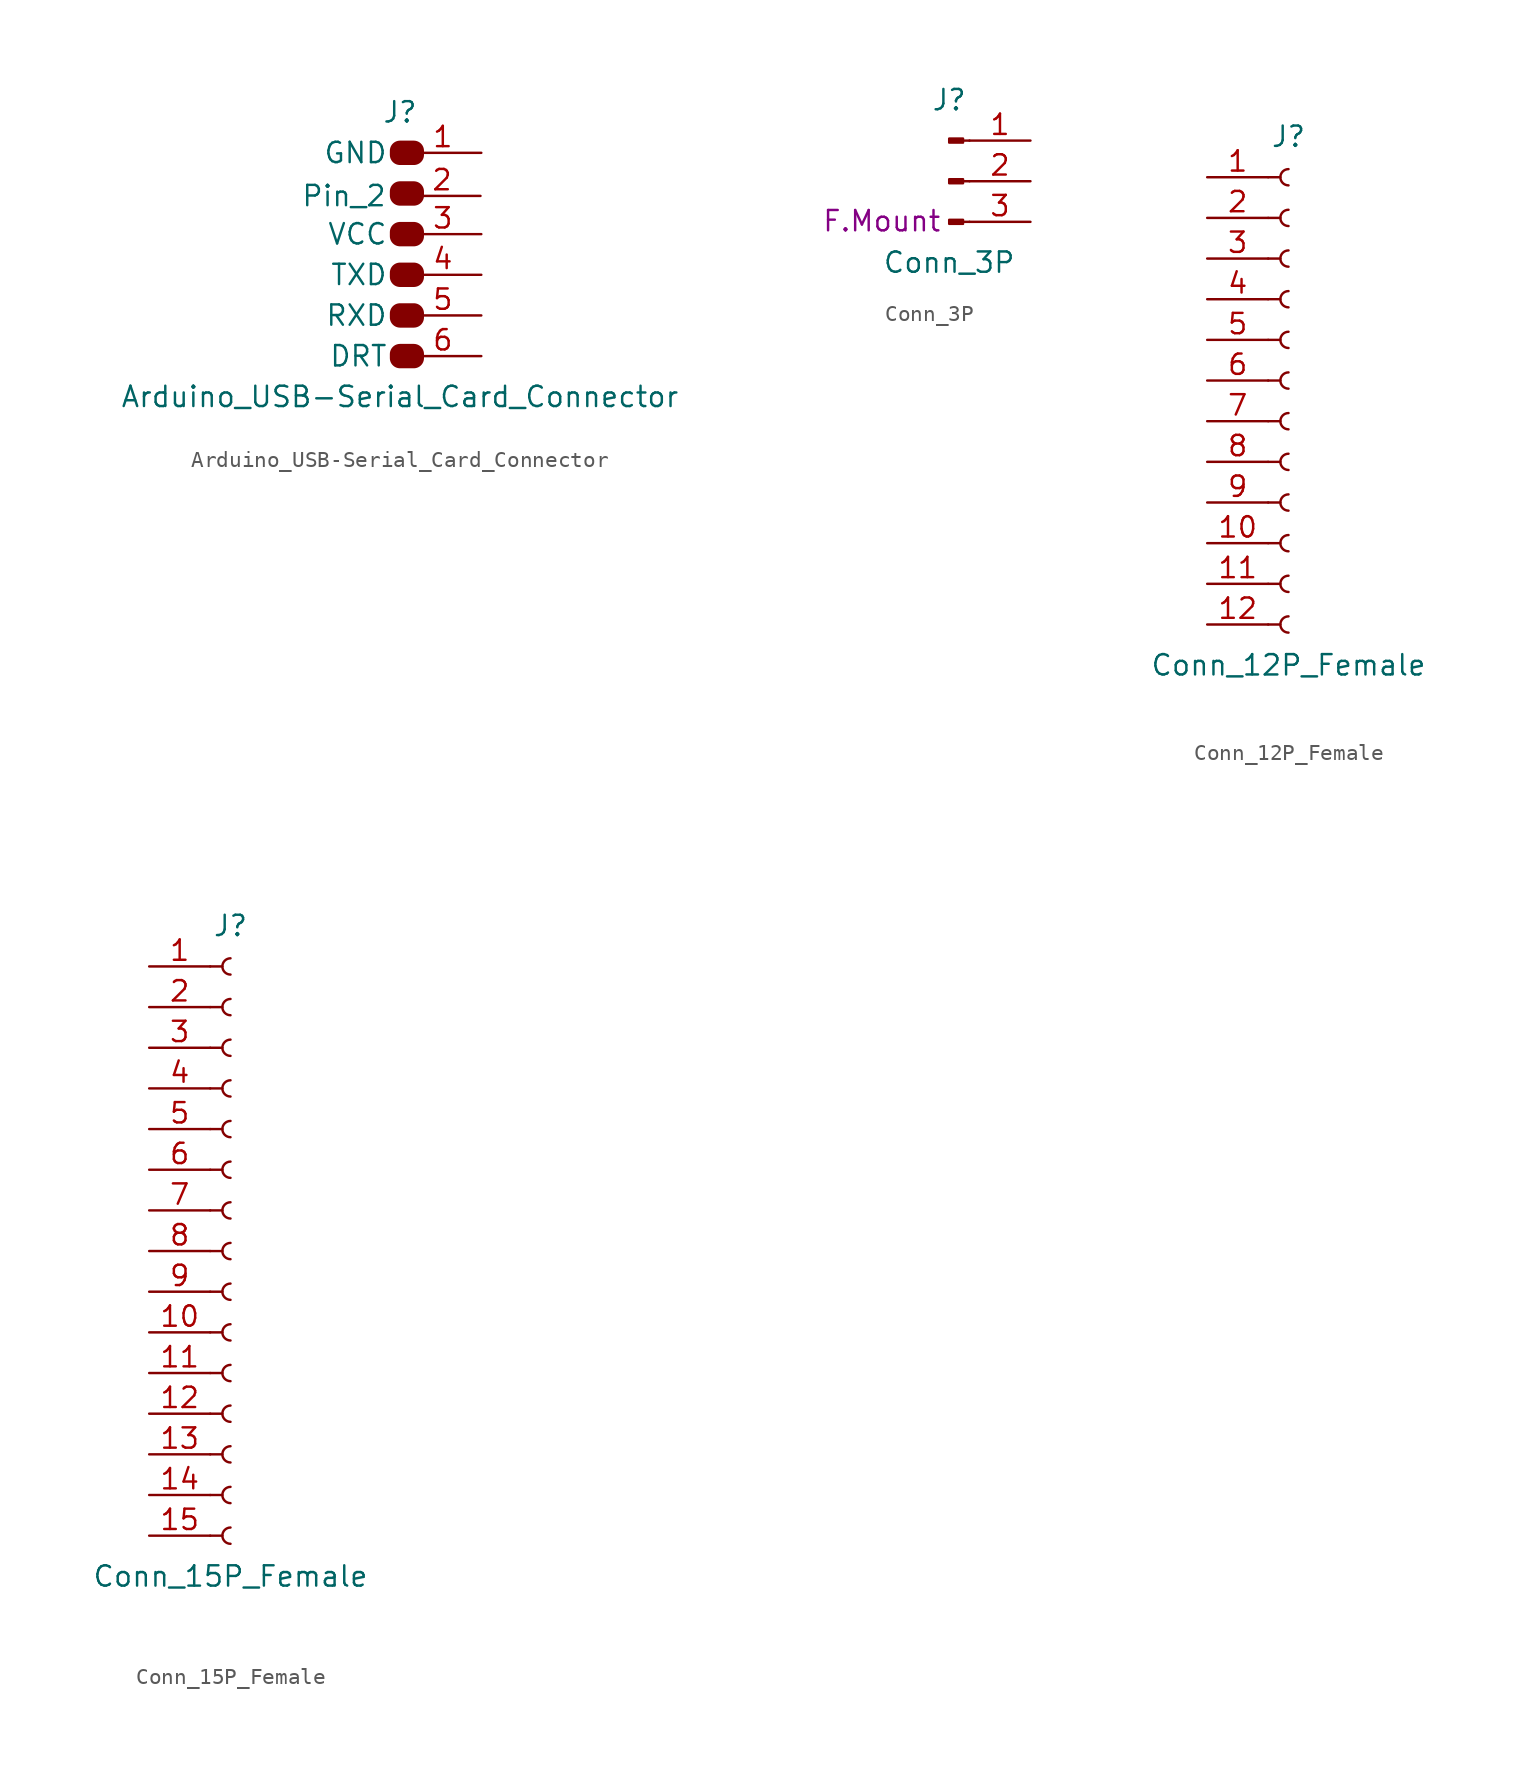
<source format=kicad_sym>
(kicad_symbol_lib
  (version 20211014)
  (generator kicad_symbol_editor)
  (symbol "Arduino_USB-Serial_Card_Connector"
    (pin_names
      (offset 1.016))
    (property "Reference" "J"
      (at 0 7.62 0)
      (effects (font (size 1.27 1.27))))
    (property "Value" "Arduino_USB-Serial_Card_Connector"
      (at 0 -10.16 0)
      (effects (font (size 1.27 1.27))))
    (symbol "Arduino_USB-Serial_Card_Connector_1_1"
      (polyline (pts (xy 1.27 -7.62) (xy 0.864 -7.62)) (stroke (width 0.152) (type default) (color 0 0 0 0)) (fill (type none)))
      (polyline (pts (xy 1.27 -5.08) (xy 0.864 -5.08)) (stroke (width 0.152) (type default) (color 0 0 0 0)) (fill (type none)))
      (polyline (pts (xy 1.27 -2.54) (xy 0.864 -2.54)) (stroke (width 0.152) (type default) (color 0 0 0 0)) (fill (type none)))
      (polyline (pts (xy 1.27 0) (xy 0.864 0)) (stroke (width 0.152) (type default) (color 0 0 0 0)) (fill (type none)))
      (polyline (pts (xy 1.27 2.54) (xy 0.864 2.54)) (stroke (width 0.152) (type default) (color 0 0 0 0)) (fill (type none)))
      (polyline (pts (xy 1.27 5.08) (xy 0.864 5.08)) (stroke (width 0.152) (type default) (color 0 0 0 0)) (fill (type none)))
      (rectangle (start 0.864 -7.493) (end 0 -7.747) (stroke (width 1.27) (type default) (color 0 0 0 0)) (fill (type outline)))
      (rectangle (start 0.864 -4.953) (end 0 -5.207) (stroke (width 1.27) (type default) (color 0 0 0 0)) (fill (type outline)))
      (rectangle (start 0.864 -2.413) (end 0 -2.667) (stroke (width 1.27) (type default) (color 0 0 0 0)) (fill (type outline)))
      (rectangle (start 0.864 0.127) (end 0 -0.127) (stroke (width 1.27) (type default) (color 0 0 0 0)) (fill (type outline)))
      (rectangle (start 0.864 2.667) (end 0 2.413) (stroke (width 1.27) (type default) (color 0 0 0 0)) (fill (type outline)))
      (rectangle (start 0.864 5.207) (end 0 4.953) (stroke (width 1.27) (type default) (color 0 0 0 0)) (fill (type none)))
      (pin power_in line (at 5.08 5.08 180) (length 4.81) (name "GND" (effects (font (size 1.27 1.27)))) (number "1" (effects (font (size 1.27 1.27)))))
      (pin passive line (at 5.029 2.388 180) (length 4.81) (name "Pin_2" (effects (font (size 1.27 1.27)))) (number "2" (effects (font (size 1.27 1.27)))))
      (pin power_in line (at 5.08 0 180) (length 4.81) (name "VCC" (effects (font (size 1.27 1.27)))) (number "3" (effects (font (size 1.27 1.27)))))
      (pin bidirectional line (at 5.08 -2.54 180) (length 4.81) (name "TXD" (effects (font (size 1.27 1.27)))) (number "4" (effects (font (size 1.27 1.27)))))
      (pin bidirectional line (at 5.08 -5.08 180) (length 4.81) (name "RXD" (effects (font (size 1.27 1.27)))) (number "5" (effects (font (size 1.27 1.27)))))
      (pin output line (at 5.08 -7.62 180) (length 4.81) (name "DRT" (effects (font (size 1.27 1.27)))) (number "6" (effects (font (size 1.27 1.27)))))))
  (symbol "Conn_3P"
    (pin_names
      (offset 1.016) hide)
    (property "Reference" "J"
      (at 0 5.08 0)
      (effects (font (size 1.27 1.27))))
    (property "Value" "Conn_3P"
      (at 0 -5.08 0)
      (effects (font (size 1.27 1.27))))
    (property "Mount Option" "F.Mount"
      (at -4.216 -2.489 0)
      (effects (font (size 1.27 1.27))))
    (symbol "Conn_3P_1_1"
      (polyline (pts (xy 1.27 -2.54) (xy 0.864 -2.54)) (stroke (width 0.152) (type default) (color 0 0 0 0)) (fill (type none)))
      (polyline (pts (xy 1.27 0) (xy 0.864 0)) (stroke (width 0.152) (type default) (color 0 0 0 0)) (fill (type none)))
      (polyline (pts (xy 1.27 2.54) (xy 0.864 2.54)) (stroke (width 0.152) (type default) (color 0 0 0 0)) (fill (type none)))
      (rectangle (start 0.864 -2.413) (end 0 -2.667) (stroke (width 0.152) (type default) (color 0 0 0 0)) (fill (type outline)))
      (rectangle (start 0.864 0.127) (end 0 -0.127) (stroke (width 0.152) (type default) (color 0 0 0 0)) (fill (type outline)))
      (rectangle (start 0.864 2.667) (end 0 2.413) (stroke (width 0.152) (type default) (color 0 0 0 0)) (fill (type outline)))
      (pin passive line (at 5.08 2.54 180) (length 3.81) (name "Pin_1" (effects (font (size 1.27 1.27)))) (number "1" (effects (font (size 1.27 1.27)))))
      (pin passive line (at 5.08 0 180) (length 3.81) (name "Pin_2" (effects (font (size 1.27 1.27)))) (number "2" (effects (font (size 1.27 1.27)))))
      (pin passive line (at 5.08 -2.54 180) (length 3.81) (name "Pin_3" (effects (font (size 1.27 1.27)))) (number "3" (effects (font (size 1.27 1.27)))))))
  (symbol "Conn_12P_Female"
    (pin_names
      (offset 1.016) hide)
    (property "Reference" "J"
      (at 0 15.24 0)
      (effects (font (size 1.27 1.27))))
    (property "Value" "Conn_12P_Female"
      (at 0 -17.78 0)
      (effects (font (size 1.27 1.27))))
    (symbol "Conn_12P_Female_1_1"
      (arc (start 0 -14.732) (mid -0.508 -15.24) (end 0 -15.748) (stroke (width 0.1524) (type default) (color 0 0 0 0)) (fill (type none)))
      (arc (start 0 -12.192) (mid -0.508 -12.7) (end 0 -13.208) (stroke (width 0.1524) (type default) (color 0 0 0 0)) (fill (type none)))
      (arc (start 0 -9.652) (mid -0.508 -10.16) (end 0 -10.668) (stroke (width 0.1524) (type default) (color 0 0 0 0)) (fill (type none)))
      (arc (start 0 -7.112) (mid -0.508 -7.62) (end 0 -8.128) (stroke (width 0.1524) (type default) (color 0 0 0 0)) (fill (type none)))
      (arc (start 0 -4.572) (mid -0.508 -5.08) (end 0 -5.588) (stroke (width 0.1524) (type default) (color 0 0 0 0)) (fill (type none)))
      (arc (start 0 -2.032) (mid -0.508 -2.54) (end 0 -3.048) (stroke (width 0.1524) (type default) (color 0 0 0 0)) (fill (type none)))
      (polyline (pts (xy -1.27 -15.24) (xy -0.508 -15.24)) (stroke (width 0.152) (type default) (color 0 0 0 0)) (fill (type none)))
      (polyline (pts (xy -1.27 -12.7) (xy -0.508 -12.7)) (stroke (width 0.152) (type default) (color 0 0 0 0)) (fill (type none)))
      (polyline (pts (xy -1.27 -10.16) (xy -0.508 -10.16)) (stroke (width 0.152) (type default) (color 0 0 0 0)) (fill (type none)))
      (polyline (pts (xy -1.27 -7.62) (xy -0.508 -7.62)) (stroke (width 0.152) (type default) (color 0 0 0 0)) (fill (type none)))
      (polyline (pts (xy -1.27 -5.08) (xy -0.508 -5.08)) (stroke (width 0.152) (type default) (color 0 0 0 0)) (fill (type none)))
      (polyline (pts (xy -1.27 -2.54) (xy -0.508 -2.54)) (stroke (width 0.152) (type default) (color 0 0 0 0)) (fill (type none)))
      (polyline (pts (xy -1.27 0) (xy -0.508 0)) (stroke (width 0.152) (type default) (color 0 0 0 0)) (fill (type none)))
      (polyline (pts (xy -1.27 2.54) (xy -0.508 2.54)) (stroke (width 0.152) (type default) (color 0 0 0 0)) (fill (type none)))
      (polyline (pts (xy -1.27 5.08) (xy -0.508 5.08)) (stroke (width 0.152) (type default) (color 0 0 0 0)) (fill (type none)))
      (polyline (pts (xy -1.27 7.62) (xy -0.508 7.62)) (stroke (width 0.152) (type default) (color 0 0 0 0)) (fill (type none)))
      (polyline (pts (xy -1.27 10.16) (xy -0.508 10.16)) (stroke (width 0.152) (type default) (color 0 0 0 0)) (fill (type none)))
      (polyline (pts (xy -1.27 12.7) (xy -0.508 12.7)) (stroke (width 0.152) (type default) (color 0 0 0 0)) (fill (type none)))
      (arc (start 0 0.508) (mid -0.508 0) (end 0 -0.508) (stroke (width 0.1524) (type default) (color 0 0 0 0)) (fill (type none)))
      (arc (start 0 3.048) (mid -0.508 2.54) (end 0 2.032) (stroke (width 0.1524) (type default) (color 0 0 0 0)) (fill (type none)))
      (arc (start 0 5.588) (mid -0.508 5.08) (end 0 4.572) (stroke (width 0.1524) (type default) (color 0 0 0 0)) (fill (type none)))
      (arc (start 0 8.128) (mid -0.508 7.62) (end 0 7.112) (stroke (width 0.1524) (type default) (color 0 0 0 0)) (fill (type none)))
      (arc (start 0 10.668) (mid -0.508 10.16) (end 0 9.652) (stroke (width 0.1524) (type default) (color 0 0 0 0)) (fill (type none)))
      (arc (start 0 13.208) (mid -0.508 12.7) (end 0 12.192) (stroke (width 0.1524) (type default) (color 0 0 0 0)) (fill (type none)))
      (pin passive line (at -5.08 12.7 0) (length 3.81) (name "Pin_1" (effects (font (size 1.27 1.27)))) (number "1" (effects (font (size 1.27 1.27)))))
      (pin passive line (at -5.08 -10.16 0) (length 3.81) (name "Pin_10" (effects (font (size 1.27 1.27)))) (number "10" (effects (font (size 1.27 1.27)))))
      (pin passive line (at -5.08 -12.7 0) (length 3.81) (name "Pin_11" (effects (font (size 1.27 1.27)))) (number "11" (effects (font (size 1.27 1.27)))))
      (pin passive line (at -5.08 -15.24 0) (length 3.81) (name "Pin_12" (effects (font (size 1.27 1.27)))) (number "12" (effects (font (size 1.27 1.27)))))
      (pin passive line (at -5.08 10.16 0) (length 3.81) (name "Pin_2" (effects (font (size 1.27 1.27)))) (number "2" (effects (font (size 1.27 1.27)))))
      (pin passive line (at -5.08 7.62 0) (length 3.81) (name "Pin_3" (effects (font (size 1.27 1.27)))) (number "3" (effects (font (size 1.27 1.27)))))
      (pin passive line (at -5.08 5.08 0) (length 3.81) (name "Pin_4" (effects (font (size 1.27 1.27)))) (number "4" (effects (font (size 1.27 1.27)))))
      (pin passive line (at -5.08 2.54 0) (length 3.81) (name "Pin_5" (effects (font (size 1.27 1.27)))) (number "5" (effects (font (size 1.27 1.27)))))
      (pin passive line (at -5.08 0 0) (length 3.81) (name "Pin_6" (effects (font (size 1.27 1.27)))) (number "6" (effects (font (size 1.27 1.27)))))
      (pin passive line (at -5.08 -2.54 0) (length 3.81) (name "Pin_7" (effects (font (size 1.27 1.27)))) (number "7" (effects (font (size 1.27 1.27)))))
      (pin passive line (at -5.08 -5.08 0) (length 3.81) (name "Pin_8" (effects (font (size 1.27 1.27)))) (number "8" (effects (font (size 1.27 1.27)))))
      (pin passive line (at -5.08 -7.62 0) (length 3.81) (name "Pin_9" (effects (font (size 1.27 1.27)))) (number "9" (effects (font (size 1.27 1.27)))))))
  (symbol "Conn_15P_Female"
    (pin_names
      (offset 1.016) hide)
    (property "Reference" "J"
      (at 0 20.32 0)
      (effects (font (size 1.27 1.27))))
    (property "Value" "Conn_15P_Female"
      (at 0 -20.32 0)
      (effects (font (size 1.27 1.27))))
    (symbol "Conn_15P_Female_1_1"
      (arc (start 0 -17.272) (mid -0.508 -17.78) (end 0 -18.288) (stroke (width 0.1524) (type default) (color 0 0 0 0)) (fill (type none)))
      (arc (start 0 -14.732) (mid -0.508 -15.24) (end 0 -15.748) (stroke (width 0.1524) (type default) (color 0 0 0 0)) (fill (type none)))
      (arc (start 0 -12.192) (mid -0.508 -12.7) (end 0 -13.208) (stroke (width 0.1524) (type default) (color 0 0 0 0)) (fill (type none)))
      (arc (start 0 -9.652) (mid -0.508 -10.16) (end 0 -10.668) (stroke (width 0.1524) (type default) (color 0 0 0 0)) (fill (type none)))
      (arc (start 0 -7.112) (mid -0.508 -7.62) (end 0 -8.128) (stroke (width 0.1524) (type default) (color 0 0 0 0)) (fill (type none)))
      (arc (start 0 -4.572) (mid -0.508 -5.08) (end 0 -5.588) (stroke (width 0.1524) (type default) (color 0 0 0 0)) (fill (type none)))
      (arc (start 0 -2.032) (mid -0.508 -2.54) (end 0 -3.048) (stroke (width 0.1524) (type default) (color 0 0 0 0)) (fill (type none)))
      (polyline (pts (xy -1.27 -17.78) (xy -0.508 -17.78)) (stroke (width 0.152) (type default) (color 0 0 0 0)) (fill (type none)))
      (polyline (pts (xy -1.27 -15.24) (xy -0.508 -15.24)) (stroke (width 0.152) (type default) (color 0 0 0 0)) (fill (type none)))
      (polyline (pts (xy -1.27 -12.7) (xy -0.508 -12.7)) (stroke (width 0.152) (type default) (color 0 0 0 0)) (fill (type none)))
      (polyline (pts (xy -1.27 -10.16) (xy -0.508 -10.16)) (stroke (width 0.152) (type default) (color 0 0 0 0)) (fill (type none)))
      (polyline (pts (xy -1.27 -7.62) (xy -0.508 -7.62)) (stroke (width 0.152) (type default) (color 0 0 0 0)) (fill (type none)))
      (polyline (pts (xy -1.27 -5.08) (xy -0.508 -5.08)) (stroke (width 0.152) (type default) (color 0 0 0 0)) (fill (type none)))
      (polyline (pts (xy -1.27 -2.54) (xy -0.508 -2.54)) (stroke (width 0.152) (type default) (color 0 0 0 0)) (fill (type none)))
      (polyline (pts (xy -1.27 0) (xy -0.508 0)) (stroke (width 0.152) (type default) (color 0 0 0 0)) (fill (type none)))
      (polyline (pts (xy -1.27 2.54) (xy -0.508 2.54)) (stroke (width 0.152) (type default) (color 0 0 0 0)) (fill (type none)))
      (polyline (pts (xy -1.27 5.08) (xy -0.508 5.08)) (stroke (width 0.152) (type default) (color 0 0 0 0)) (fill (type none)))
      (polyline (pts (xy -1.27 7.62) (xy -0.508 7.62)) (stroke (width 0.152) (type default) (color 0 0 0 0)) (fill (type none)))
      (polyline (pts (xy -1.27 10.16) (xy -0.508 10.16)) (stroke (width 0.152) (type default) (color 0 0 0 0)) (fill (type none)))
      (polyline (pts (xy -1.27 12.7) (xy -0.508 12.7)) (stroke (width 0.152) (type default) (color 0 0 0 0)) (fill (type none)))
      (polyline (pts (xy -1.27 15.24) (xy -0.508 15.24)) (stroke (width 0.152) (type default) (color 0 0 0 0)) (fill (type none)))
      (polyline (pts (xy -1.27 17.78) (xy -0.508 17.78)) (stroke (width 0.152) (type default) (color 0 0 0 0)) (fill (type none)))
      (arc (start 0 0.508) (mid -0.508 0) (end 0 -0.508) (stroke (width 0.1524) (type default) (color 0 0 0 0)) (fill (type none)))
      (arc (start 0 3.048) (mid -0.508 2.54) (end 0 2.032) (stroke (width 0.1524) (type default) (color 0 0 0 0)) (fill (type none)))
      (arc (start 0 5.588) (mid -0.508 5.08) (end 0 4.572) (stroke (width 0.1524) (type default) (color 0 0 0 0)) (fill (type none)))
      (arc (start 0 8.128) (mid -0.508 7.62) (end 0 7.112) (stroke (width 0.1524) (type default) (color 0 0 0 0)) (fill (type none)))
      (arc (start 0 10.668) (mid -0.508 10.16) (end 0 9.652) (stroke (width 0.1524) (type default) (color 0 0 0 0)) (fill (type none)))
      (arc (start 0 13.208) (mid -0.508 12.7) (end 0 12.192) (stroke (width 0.1524) (type default) (color 0 0 0 0)) (fill (type none)))
      (arc (start 0 15.748) (mid -0.508 15.24) (end 0 14.732) (stroke (width 0.1524) (type default) (color 0 0 0 0)) (fill (type none)))
      (arc (start 0 18.288) (mid -0.508 17.78) (end 0 17.272) (stroke (width 0.1524) (type default) (color 0 0 0 0)) (fill (type none)))
      (pin passive line (at -5.08 17.78 0) (length 3.81) (name "Pin_1" (effects (font (size 1.27 1.27)))) (number "1" (effects (font (size 1.27 1.27)))))
      (pin passive line (at -5.08 -5.08 0) (length 3.81) (name "Pin_10" (effects (font (size 1.27 1.27)))) (number "10" (effects (font (size 1.27 1.27)))))
      (pin passive line (at -5.08 -7.62 0) (length 3.81) (name "Pin_11" (effects (font (size 1.27 1.27)))) (number "11" (effects (font (size 1.27 1.27)))))
      (pin passive line (at -5.08 -10.16 0) (length 3.81) (name "Pin_12" (effects (font (size 1.27 1.27)))) (number "12" (effects (font (size 1.27 1.27)))))
      (pin passive line (at -5.08 -12.7 0) (length 3.81) (name "Pin_13" (effects (font (size 1.27 1.27)))) (number "13" (effects (font (size 1.27 1.27)))))
      (pin passive line (at -5.08 -15.24 0) (length 3.81) (name "Pin_14" (effects (font (size 1.27 1.27)))) (number "14" (effects (font (size 1.27 1.27)))))
      (pin passive line (at -5.08 -17.78 0) (length 3.81) (name "Pin_15" (effects (font (size 1.27 1.27)))) (number "15" (effects (font (size 1.27 1.27)))))
      (pin passive line (at -5.08 15.24 0) (length 3.81) (name "Pin_2" (effects (font (size 1.27 1.27)))) (number "2" (effects (font (size 1.27 1.27)))))
      (pin passive line (at -5.08 12.7 0) (length 3.81) (name "Pin_3" (effects (font (size 1.27 1.27)))) (number "3" (effects (font (size 1.27 1.27)))))
      (pin passive line (at -5.08 10.16 0) (length 3.81) (name "Pin_4" (effects (font (size 1.27 1.27)))) (number "4" (effects (font (size 1.27 1.27)))))
      (pin passive line (at -5.08 7.62 0) (length 3.81) (name "Pin_5" (effects (font (size 1.27 1.27)))) (number "5" (effects (font (size 1.27 1.27)))))
      (pin passive line (at -5.08 5.08 0) (length 3.81) (name "Pin_6" (effects (font (size 1.27 1.27)))) (number "6" (effects (font (size 1.27 1.27)))))
      (pin passive line (at -5.08 2.54 0) (length 3.81) (name "Pin_7" (effects (font (size 1.27 1.27)))) (number "7" (effects (font (size 1.27 1.27)))))
      (pin passive line (at -5.08 0 0) (length 3.81) (name "Pin_8" (effects (font (size 1.27 1.27)))) (number "8" (effects (font (size 1.27 1.27)))))
      (pin passive line (at -5.08 -2.54 0) (length 3.81) (name "Pin_9" (effects (font (size 1.27 1.27)))) (number "9" (effects (font (size 1.27 1.27))))))))
</source>
